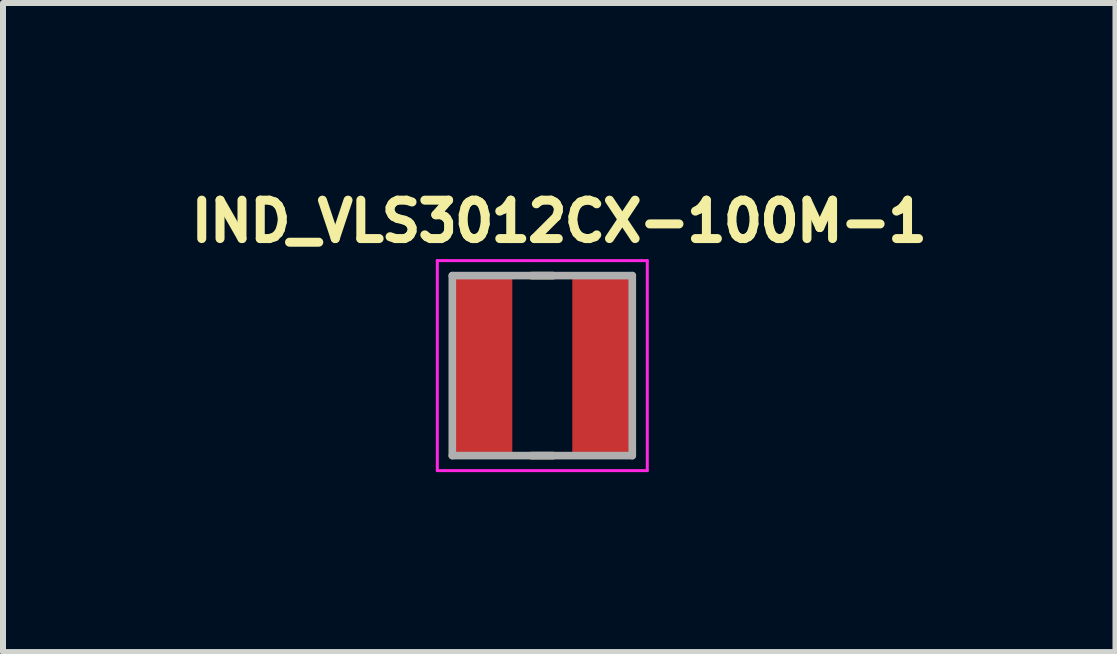
<source format=kicad_pcb>
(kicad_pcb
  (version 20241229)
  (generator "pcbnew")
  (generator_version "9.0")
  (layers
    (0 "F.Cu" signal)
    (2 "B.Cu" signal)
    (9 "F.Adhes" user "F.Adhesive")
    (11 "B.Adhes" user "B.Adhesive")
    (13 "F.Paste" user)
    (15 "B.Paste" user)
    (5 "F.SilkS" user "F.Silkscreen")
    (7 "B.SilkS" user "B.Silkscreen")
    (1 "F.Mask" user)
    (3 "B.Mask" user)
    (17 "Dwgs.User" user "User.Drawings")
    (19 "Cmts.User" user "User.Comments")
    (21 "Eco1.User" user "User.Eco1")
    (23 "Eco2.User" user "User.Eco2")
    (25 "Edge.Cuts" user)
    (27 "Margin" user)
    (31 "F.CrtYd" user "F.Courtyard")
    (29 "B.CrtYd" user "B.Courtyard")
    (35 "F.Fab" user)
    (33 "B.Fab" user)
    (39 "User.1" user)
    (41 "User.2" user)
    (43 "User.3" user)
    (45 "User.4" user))
  (footprint "IND_VLS3012CX-100M-1"
    (layer "F.Cu")
    (at 5.989 3.044)
    (property "Reference" "IND_VLS3012CX-100M-1" (at 0.282 -2.406 0) (layer "F.SilkS") (effects (font (size 0.64 0.64) (thickness 0.15))))
    (attr smd)
    (fp_line (start -0.18 -1.5) (end 0.18 -1.5) (stroke (width 0.127) (type solid)) (layer "F.SilkS"))
    (fp_line (start -0.18 1.5) (end 0.18 1.5) (stroke (width 0.127) (type solid)) (layer "F.SilkS"))
    (fp_line (start -1.75 -1.75) (end -1.75 1.75) (stroke (width 0.05) (type solid)) (layer "F.CrtYd"))
    (fp_line (start -1.75 1.75) (end 1.75 1.75) (stroke (width 0.05) (type solid)) (layer "F.CrtYd"))
    (fp_line (start 1.75 -1.75) (end -1.75 -1.75) (stroke (width 0.05) (type solid)) (layer "F.CrtYd"))
    (fp_line (start 1.75 1.75) (end 1.75 -1.75) (stroke (width 0.05) (type solid)) (layer "F.CrtYd"))
    (fp_line (start -1.5 -1.5) (end -1.5 1.5) (stroke (width 0.127) (type solid)) (layer "F.Fab"))
    (fp_line (start -1.5 -1.5) (end 1.5 -1.5) (stroke (width 0.127) (type solid)) (layer "F.Fab"))
    (fp_line (start -1.5 1.5) (end 1.5 1.5) (stroke (width 0.127) (type solid)) (layer "F.Fab"))
    (fp_line (start 1.5 -1.5) (end 1.5 1.5) (stroke (width 0.127) (type solid)) (layer "F.Fab"))
    (pad "1" smd rect (at -1 0) (size 1 3) (layers "F.Cu" "F.Mask" "F.Paste"))
    (pad "2" smd rect (at 1 0) (size 1 3) (layers "F.Cu" "F.Mask" "F.Paste")))
  (gr_rect
    (start -3 -3)
    (end 15.543 7.819)
    (stroke (width 0.1) (type default))
    (fill no)
    (layer "Edge.Cuts")))
</source>
